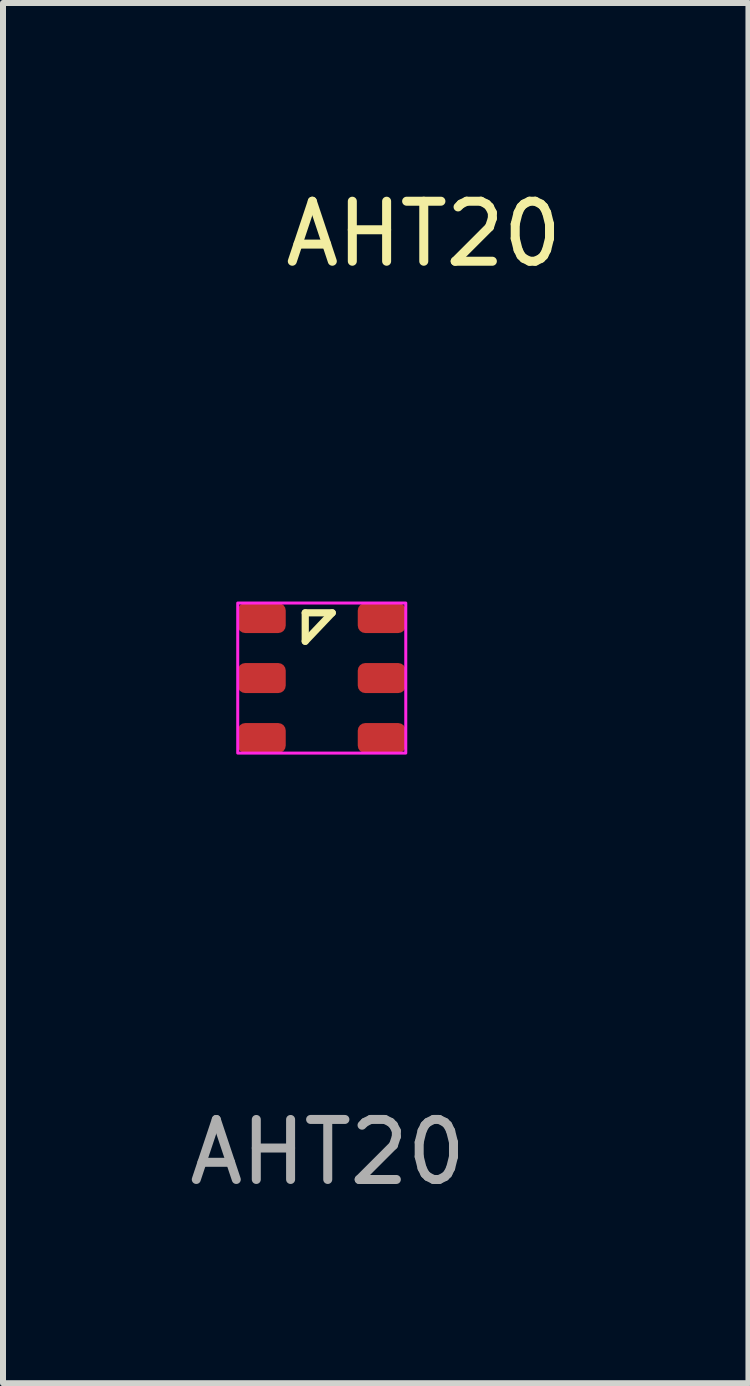
<source format=kicad_pcb>
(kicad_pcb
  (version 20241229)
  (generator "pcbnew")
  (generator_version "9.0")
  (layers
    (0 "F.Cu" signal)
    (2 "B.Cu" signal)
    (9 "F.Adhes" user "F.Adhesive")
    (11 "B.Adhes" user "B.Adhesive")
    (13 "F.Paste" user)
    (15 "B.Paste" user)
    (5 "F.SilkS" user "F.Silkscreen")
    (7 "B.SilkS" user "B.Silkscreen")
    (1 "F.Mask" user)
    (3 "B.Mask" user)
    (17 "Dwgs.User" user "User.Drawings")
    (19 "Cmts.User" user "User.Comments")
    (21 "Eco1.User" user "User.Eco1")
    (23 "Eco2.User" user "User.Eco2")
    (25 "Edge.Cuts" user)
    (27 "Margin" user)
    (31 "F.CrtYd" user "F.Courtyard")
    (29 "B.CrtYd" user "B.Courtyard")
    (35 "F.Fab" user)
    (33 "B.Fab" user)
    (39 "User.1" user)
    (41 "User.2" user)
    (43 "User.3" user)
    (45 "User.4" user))
  (footprint "AHT20"
    (layer "F.Cu")
    (at 2.311 8.248)
    (property "Reference" "AHT20" (at 1.7 -7.4 0) (unlocked yes) (layer "F.SilkS") (effects (font (size 1 1) (thickness 0.15))))
    (attr smd)
    (fp_line (start -0.275 -1.087) (end -0.275 -0.613) (stroke (width 0.12) (type default)) (layer "F.SilkS"))
    (fp_line (start -0.275 -0.613) (end 0.175 -1.087) (stroke (width 0.12) (type default)) (layer "F.SilkS"))
    (fp_line (start 0.175 -1.087) (end -0.275 -1.087) (stroke (width 0.12) (type default)) (layer "F.SilkS"))
    (fp_rect (start -1.4 -1.25) (end 1.4 1.25) (stroke (width 0.05) (type default)) (fill no) (layer "F.CrtYd"))
    (fp_text user "${REFERENCE}" (at 0.1 7.9 0) (unlocked yes) (layer "F.Fab") (effects (font (size 1 1) (thickness 0.15))))
    (pad "1" smd roundrect (at -1 -1) (size 0.8 0.5) (layers "F.Cu" "F.Mask" "F.Paste") (roundrect_rratio 0.25))
    (pad "2" smd roundrect (at -1 0) (size 0.8 0.5) (layers "F.Cu" "F.Mask" "F.Paste") (roundrect_rratio 0.25))
    (pad "3" smd roundrect (at -1 1) (size 0.8 0.5) (layers "F.Cu" "F.Mask" "F.Paste") (roundrect_rratio 0.25))
    (pad "4" smd roundrect (at 1 1) (size 0.8 0.5) (layers "F.Cu" "F.Mask" "F.Paste") (roundrect_rratio 0.25))
    (pad "5" smd roundrect (at 1 0) (size 0.8 0.5) (layers "F.Cu" "F.Mask" "F.Paste") (roundrect_rratio 0.25))
    (pad "6" smd roundrect (at 1 -1) (size 0.8 0.5) (layers "F.Cu" "F.Mask" "F.Paste") (roundrect_rratio 0.25)))
  (gr_rect
    (start -3 -3)
    (end 9.421 19.997)
    (stroke (width 0.1) (type default))
    (fill no)
    (layer "Edge.Cuts")))
</source>
